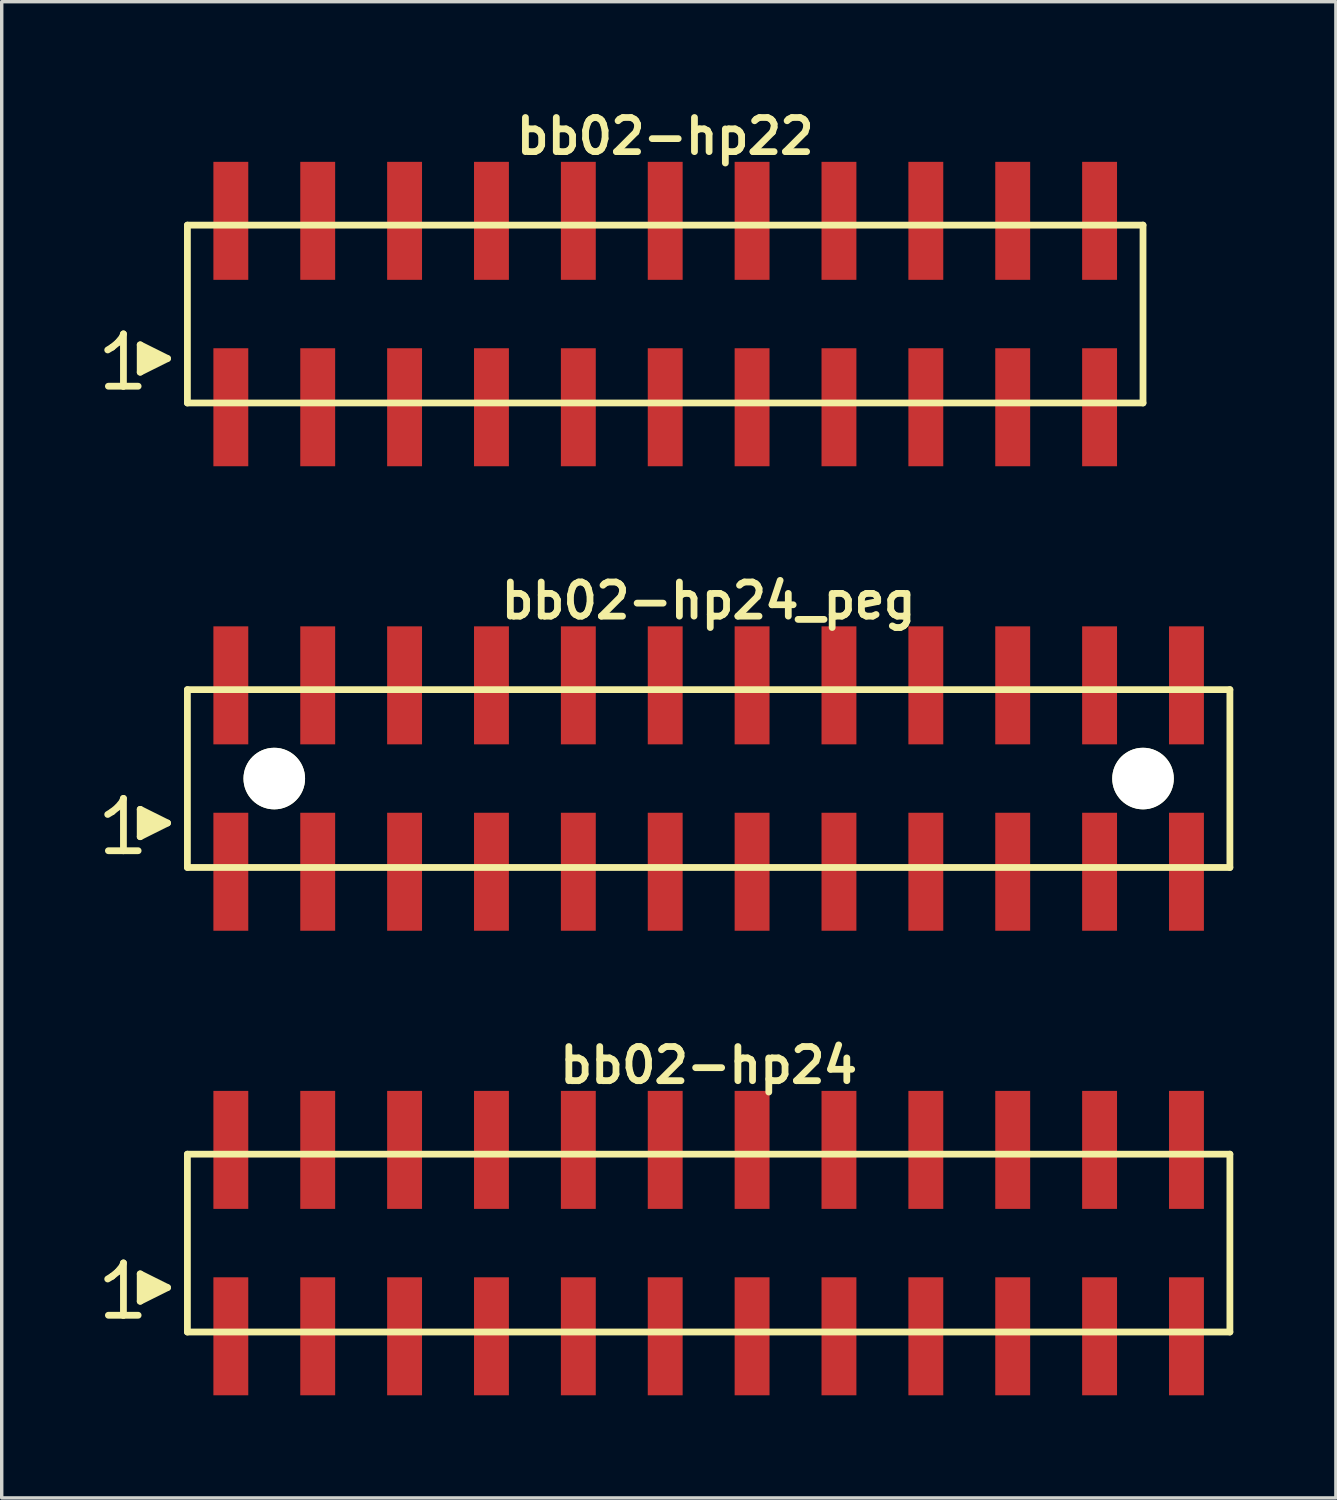
<source format=kicad_pcb>
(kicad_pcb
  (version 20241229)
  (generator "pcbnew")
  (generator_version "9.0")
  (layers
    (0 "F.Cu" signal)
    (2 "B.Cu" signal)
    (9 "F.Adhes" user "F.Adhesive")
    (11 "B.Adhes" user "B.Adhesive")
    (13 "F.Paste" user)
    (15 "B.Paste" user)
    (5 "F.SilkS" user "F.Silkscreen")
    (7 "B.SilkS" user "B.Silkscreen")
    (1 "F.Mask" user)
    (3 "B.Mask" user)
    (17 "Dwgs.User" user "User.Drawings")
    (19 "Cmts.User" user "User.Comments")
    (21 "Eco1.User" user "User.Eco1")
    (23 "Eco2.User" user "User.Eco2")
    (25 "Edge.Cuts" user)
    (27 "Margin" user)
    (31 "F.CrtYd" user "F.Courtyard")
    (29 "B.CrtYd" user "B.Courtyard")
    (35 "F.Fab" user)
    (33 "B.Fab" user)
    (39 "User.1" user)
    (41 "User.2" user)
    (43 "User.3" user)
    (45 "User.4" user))
  (footprint "bb02-hp24"
    (layer "F.Cu")
    (at 17.669 33.295)
    (property "Reference" "bb02-hp24" (at 0 -5.2 0) (layer "F.SilkS") (effects (font (size 0.998 0.998) (thickness 0.198))))
    (attr smd)
    (fp_line (start -17.57 1.05) (end -17.44 0.97) (stroke (width 0.198) (type solid)) (layer "F.SilkS"))
    (fp_line (start -17.44 0.97) (end -17.28 0.84) (stroke (width 0.198) (type solid)) (layer "F.SilkS"))
    (fp_line (start -17.28 0.84) (end -17.14 0.67) (stroke (width 0.198) (type solid)) (layer "F.SilkS"))
    (fp_line (start -17.14 0.67) (end -17.11 0.58) (stroke (width 0.198) (type solid)) (layer "F.SilkS"))
    (fp_line (start -17.11 0.58) (end -17.11 2.11) (stroke (width 0.198) (type solid)) (layer "F.SilkS"))
    (fp_line (start -17.11 2.11) (end -17.55 2.11) (stroke (width 0.198) (type solid)) (layer "F.SilkS"))
    (fp_line (start -16.68 2.11) (end -17.12 2.11) (stroke (width 0.198) (type solid)) (layer "F.SilkS"))
    (fp_line (start -16.62 0.9) (end -15.82 1.3) (stroke (width 0.198) (type solid)) (layer "F.SilkS"))
    (fp_line (start -16.62 1.7) (end -16.62 0.9) (stroke (width 0.198) (type solid)) (layer "F.SilkS"))
    (fp_line (start -16.52 1.6) (end -16.52 1) (stroke (width 0.198) (type solid)) (layer "F.SilkS"))
    (fp_line (start -16.42 1.1) (end -16.42 1.5) (stroke (width 0.198) (type solid)) (layer "F.SilkS"))
    (fp_line (start -16.32 1.5) (end -16.32 1.1) (stroke (width 0.198) (type solid)) (layer "F.SilkS"))
    (fp_line (start -16.22 1.2) (end -16.22 1.4) (stroke (width 0.198) (type solid)) (layer "F.SilkS"))
    (fp_line (start -16.12 1.4) (end -16.12 1.2) (stroke (width 0.198) (type solid)) (layer "F.SilkS"))
    (fp_line (start -15.82 1.3) (end -16.62 1.7) (stroke (width 0.198) (type solid)) (layer "F.SilkS"))
    (fp_line (start -15.24 -2.6) (end -15.24 2.6) (stroke (width 0.198) (type solid)) (layer "F.SilkS"))
    (fp_line (start -15.24 -2.6) (end 15.24 -2.6) (stroke (width 0.198) (type solid)) (layer "F.SilkS"))
    (fp_line (start 15.24 2.6) (end -15.24 2.6) (stroke (width 0.198) (type solid)) (layer "F.SilkS"))
    (fp_line (start 15.24 2.6) (end 15.24 -2.6) (stroke (width 0.198) (type solid)) (layer "F.SilkS"))
    (pad "1" smd rect (at -13.97 2.725) (size 1.02 3.45) (layers "F.Cu" "F.Mask" "F.Paste"))
    (pad "2" smd rect (at -13.97 -2.725) (size 1.02 3.45) (layers "F.Cu" "F.Mask" "F.Paste"))
    (pad "3" smd rect (at -11.43 2.725) (size 1.02 3.45) (layers "F.Cu" "F.Mask" "F.Paste"))
    (pad "4" smd rect (at -11.43 -2.725) (size 1.02 3.45) (layers "F.Cu" "F.Mask" "F.Paste"))
    (pad "5" smd rect (at -8.89 2.725) (size 1.02 3.45) (layers "F.Cu" "F.Mask" "F.Paste"))
    (pad "6" smd rect (at -8.89 -2.725) (size 1.02 3.45) (layers "F.Cu" "F.Mask" "F.Paste"))
    (pad "7" smd rect (at -6.35 2.725) (size 1.02 3.45) (layers "F.Cu" "F.Mask" "F.Paste"))
    (pad "8" smd rect (at -6.35 -2.725) (size 1.02 3.45) (layers "F.Cu" "F.Mask" "F.Paste"))
    (pad "9" smd rect (at -3.81 2.725) (size 1.02 3.45) (layers "F.Cu" "F.Mask" "F.Paste"))
    (pad "10" smd rect (at -3.81 -2.725) (size 1.02 3.45) (layers "F.Cu" "F.Mask" "F.Paste"))
    (pad "11" smd rect (at -1.27 2.725) (size 1.02 3.45) (layers "F.Cu" "F.Mask" "F.Paste"))
    (pad "12" smd rect (at -1.27 -2.725) (size 1.02 3.45) (layers "F.Cu" "F.Mask" "F.Paste"))
    (pad "13" smd rect (at 1.27 2.725) (size 1.02 3.45) (layers "F.Cu" "F.Mask" "F.Paste"))
    (pad "14" smd rect (at 1.27 -2.725) (size 1.02 3.45) (layers "F.Cu" "F.Mask" "F.Paste"))
    (pad "15" smd rect (at 3.81 2.725) (size 1.02 3.45) (layers "F.Cu" "F.Mask" "F.Paste"))
    (pad "16" smd rect (at 3.81 -2.725) (size 1.02 3.45) (layers "F.Cu" "F.Mask" "F.Paste"))
    (pad "17" smd rect (at 6.35 2.725) (size 1.02 3.45) (layers "F.Cu" "F.Mask" "F.Paste"))
    (pad "18" smd rect (at 6.35 -2.725) (size 1.02 3.45) (layers "F.Cu" "F.Mask" "F.Paste"))
    (pad "19" smd rect (at 8.89 2.725) (size 1.02 3.45) (layers "F.Cu" "F.Mask" "F.Paste"))
    (pad "20" smd rect (at 8.89 -2.725) (size 1.02 3.45) (layers "F.Cu" "F.Mask" "F.Paste"))
    (pad "21" smd rect (at 11.43 2.725) (size 1.02 3.45) (layers "F.Cu" "F.Mask" "F.Paste"))
    (pad "22" smd rect (at 11.43 -2.725) (size 1.02 3.45) (layers "F.Cu" "F.Mask" "F.Paste"))
    (pad "23" smd rect (at 13.97 2.725) (size 1.02 3.45) (layers "F.Cu" "F.Mask" "F.Paste"))
    (pad "24" smd rect (at 13.97 -2.725) (size 1.02 3.45) (layers "F.Cu" "F.Mask" "F.Paste")))
  (footprint "bb02-hp22"
    (layer "F.Cu")
    (at 16.399 6.132)
    (property "Reference" "bb02-hp22" (at 0 -5.2 0) (layer "F.SilkS") (effects (font (size 0.998 0.998) (thickness 0.198))))
    (attr smd)
    (fp_line (start -16.3 1.05) (end -16.17 0.97) (stroke (width 0.198) (type solid)) (layer "F.SilkS"))
    (fp_line (start -16.17 0.97) (end -16.01 0.84) (stroke (width 0.198) (type solid)) (layer "F.SilkS"))
    (fp_line (start -16.01 0.84) (end -15.87 0.67) (stroke (width 0.198) (type solid)) (layer "F.SilkS"))
    (fp_line (start -15.87 0.67) (end -15.84 0.58) (stroke (width 0.198) (type solid)) (layer "F.SilkS"))
    (fp_line (start -15.84 0.58) (end -15.84 2.11) (stroke (width 0.198) (type solid)) (layer "F.SilkS"))
    (fp_line (start -15.84 2.11) (end -16.28 2.11) (stroke (width 0.198) (type solid)) (layer "F.SilkS"))
    (fp_line (start -15.41 2.11) (end -15.85 2.11) (stroke (width 0.198) (type solid)) (layer "F.SilkS"))
    (fp_line (start -15.35 0.9) (end -14.55 1.3) (stroke (width 0.198) (type solid)) (layer "F.SilkS"))
    (fp_line (start -15.35 1.7) (end -15.35 0.9) (stroke (width 0.198) (type solid)) (layer "F.SilkS"))
    (fp_line (start -15.25 1.6) (end -15.25 1) (stroke (width 0.198) (type solid)) (layer "F.SilkS"))
    (fp_line (start -15.15 1.1) (end -15.15 1.5) (stroke (width 0.198) (type solid)) (layer "F.SilkS"))
    (fp_line (start -15.05 1.5) (end -15.05 1.1) (stroke (width 0.198) (type solid)) (layer "F.SilkS"))
    (fp_line (start -14.95 1.2) (end -14.95 1.4) (stroke (width 0.198) (type solid)) (layer "F.SilkS"))
    (fp_line (start -14.85 1.4) (end -14.85 1.2) (stroke (width 0.198) (type solid)) (layer "F.SilkS"))
    (fp_line (start -14.55 1.3) (end -15.35 1.7) (stroke (width 0.198) (type solid)) (layer "F.SilkS"))
    (fp_line (start -13.97 -2.6) (end -13.97 2.6) (stroke (width 0.198) (type solid)) (layer "F.SilkS"))
    (fp_line (start -13.97 -2.6) (end 13.97 -2.6) (stroke (width 0.198) (type solid)) (layer "F.SilkS"))
    (fp_line (start 13.97 2.6) (end -13.97 2.6) (stroke (width 0.198) (type solid)) (layer "F.SilkS"))
    (fp_line (start 13.97 2.6) (end 13.97 -2.6) (stroke (width 0.198) (type solid)) (layer "F.SilkS"))
    (pad "1" smd rect (at -12.7 2.725) (size 1.02 3.45) (layers "F.Cu" "F.Mask" "F.Paste"))
    (pad "2" smd rect (at -12.7 -2.725) (size 1.02 3.45) (layers "F.Cu" "F.Mask" "F.Paste"))
    (pad "3" smd rect (at -10.16 2.725) (size 1.02 3.45) (layers "F.Cu" "F.Mask" "F.Paste"))
    (pad "4" smd rect (at -10.16 -2.725) (size 1.02 3.45) (layers "F.Cu" "F.Mask" "F.Paste"))
    (pad "5" smd rect (at -7.62 2.725) (size 1.02 3.45) (layers "F.Cu" "F.Mask" "F.Paste"))
    (pad "6" smd rect (at -7.62 -2.725) (size 1.02 3.45) (layers "F.Cu" "F.Mask" "F.Paste"))
    (pad "7" smd rect (at -5.08 2.725) (size 1.02 3.45) (layers "F.Cu" "F.Mask" "F.Paste"))
    (pad "8" smd rect (at -5.08 -2.725) (size 1.02 3.45) (layers "F.Cu" "F.Mask" "F.Paste"))
    (pad "9" smd rect (at -2.54 2.725) (size 1.02 3.45) (layers "F.Cu" "F.Mask" "F.Paste"))
    (pad "10" smd rect (at -2.54 -2.725) (size 1.02 3.45) (layers "F.Cu" "F.Mask" "F.Paste"))
    (pad "11" smd rect (at 0 2.725) (size 1.02 3.45) (layers "F.Cu" "F.Mask" "F.Paste"))
    (pad "12" smd rect (at 0 -2.725) (size 1.02 3.45) (layers "F.Cu" "F.Mask" "F.Paste"))
    (pad "13" smd rect (at 2.54 2.725) (size 1.02 3.45) (layers "F.Cu" "F.Mask" "F.Paste"))
    (pad "14" smd rect (at 2.54 -2.725) (size 1.02 3.45) (layers "F.Cu" "F.Mask" "F.Paste"))
    (pad "15" smd rect (at 5.08 2.725) (size 1.02 3.45) (layers "F.Cu" "F.Mask" "F.Paste"))
    (pad "16" smd rect (at 5.08 -2.725) (size 1.02 3.45) (layers "F.Cu" "F.Mask" "F.Paste"))
    (pad "17" smd rect (at 7.62 2.725) (size 1.02 3.45) (layers "F.Cu" "F.Mask" "F.Paste"))
    (pad "18" smd rect (at 7.62 -2.725) (size 1.02 3.45) (layers "F.Cu" "F.Mask" "F.Paste"))
    (pad "19" smd rect (at 10.16 2.725) (size 1.02 3.45) (layers "F.Cu" "F.Mask" "F.Paste"))
    (pad "20" smd rect (at 10.16 -2.725) (size 1.02 3.45) (layers "F.Cu" "F.Mask" "F.Paste"))
    (pad "21" smd rect (at 12.7 2.725) (size 1.02 3.45) (layers "F.Cu" "F.Mask" "F.Paste"))
    (pad "22" smd rect (at 12.7 -2.725) (size 1.02 3.45) (layers "F.Cu" "F.Mask" "F.Paste")))
  (footprint "bb02-hp24_peg"
    (layer "F.Cu")
    (at 17.669 19.713)
    (property "Reference" "bb02-hp24_peg" (at 0 -5.2 0) (layer "F.SilkS") (effects (font (size 0.998 0.998) (thickness 0.198))))
    (attr smd)
    (fp_line (start -17.57 1.05) (end -17.44 0.97) (stroke (width 0.198) (type solid)) (layer "F.SilkS"))
    (fp_line (start -17.44 0.97) (end -17.28 0.84) (stroke (width 0.198) (type solid)) (layer "F.SilkS"))
    (fp_line (start -17.28 0.84) (end -17.14 0.67) (stroke (width 0.198) (type solid)) (layer "F.SilkS"))
    (fp_line (start -17.14 0.67) (end -17.11 0.58) (stroke (width 0.198) (type solid)) (layer "F.SilkS"))
    (fp_line (start -17.11 0.58) (end -17.11 2.11) (stroke (width 0.198) (type solid)) (layer "F.SilkS"))
    (fp_line (start -17.11 2.11) (end -17.55 2.11) (stroke (width 0.198) (type solid)) (layer "F.SilkS"))
    (fp_line (start -16.68 2.11) (end -17.12 2.11) (stroke (width 0.198) (type solid)) (layer "F.SilkS"))
    (fp_line (start -16.62 0.9) (end -15.82 1.3) (stroke (width 0.198) (type solid)) (layer "F.SilkS"))
    (fp_line (start -16.62 1.7) (end -16.62 0.9) (stroke (width 0.198) (type solid)) (layer "F.SilkS"))
    (fp_line (start -16.52 1.6) (end -16.52 1) (stroke (width 0.198) (type solid)) (layer "F.SilkS"))
    (fp_line (start -16.42 1.1) (end -16.42 1.5) (stroke (width 0.198) (type solid)) (layer "F.SilkS"))
    (fp_line (start -16.32 1.5) (end -16.32 1.1) (stroke (width 0.198) (type solid)) (layer "F.SilkS"))
    (fp_line (start -16.22 1.2) (end -16.22 1.4) (stroke (width 0.198) (type solid)) (layer "F.SilkS"))
    (fp_line (start -16.12 1.4) (end -16.12 1.2) (stroke (width 0.198) (type solid)) (layer "F.SilkS"))
    (fp_line (start -15.82 1.3) (end -16.62 1.7) (stroke (width 0.198) (type solid)) (layer "F.SilkS"))
    (fp_line (start -15.24 -2.6) (end -15.24 2.6) (stroke (width 0.198) (type solid)) (layer "F.SilkS"))
    (fp_line (start -15.24 -2.6) (end 15.24 -2.6) (stroke (width 0.198) (type solid)) (layer "F.SilkS"))
    (fp_line (start 15.24 2.6) (end -15.24 2.6) (stroke (width 0.198) (type solid)) (layer "F.SilkS"))
    (fp_line (start 15.24 2.6) (end 15.24 -2.6) (stroke (width 0.198) (type solid)) (layer "F.SilkS"))
    (pad "" np_thru_hole circle (at -12.7 0) (size 1.8 1.8) (drill 1.8) (layers "*.Cu" "*.Mask" "F.SilkS"))
    (pad "" np_thru_hole circle (at 12.7 0) (size 1.8 1.8) (drill 1.8) (layers "*.Cu" "*.Mask" "F.SilkS"))
    (pad "1" smd rect (at -13.97 2.725) (size 1.02 3.45) (layers "F.Cu" "F.Mask" "F.Paste"))
    (pad "2" smd rect (at -13.97 -2.725) (size 1.02 3.45) (layers "F.Cu" "F.Mask" "F.Paste"))
    (pad "3" smd rect (at -11.43 2.725) (size 1.02 3.45) (layers "F.Cu" "F.Mask" "F.Paste"))
    (pad "4" smd rect (at -11.43 -2.725) (size 1.02 3.45) (layers "F.Cu" "F.Mask" "F.Paste"))
    (pad "5" smd rect (at -8.89 2.725) (size 1.02 3.45) (layers "F.Cu" "F.Mask" "F.Paste"))
    (pad "6" smd rect (at -8.89 -2.725) (size 1.02 3.45) (layers "F.Cu" "F.Mask" "F.Paste"))
    (pad "7" smd rect (at -6.35 2.725) (size 1.02 3.45) (layers "F.Cu" "F.Mask" "F.Paste"))
    (pad "8" smd rect (at -6.35 -2.725) (size 1.02 3.45) (layers "F.Cu" "F.Mask" "F.Paste"))
    (pad "9" smd rect (at -3.81 2.725) (size 1.02 3.45) (layers "F.Cu" "F.Mask" "F.Paste"))
    (pad "10" smd rect (at -3.81 -2.725) (size 1.02 3.45) (layers "F.Cu" "F.Mask" "F.Paste"))
    (pad "11" smd rect (at -1.27 2.725) (size 1.02 3.45) (layers "F.Cu" "F.Mask" "F.Paste"))
    (pad "12" smd rect (at -1.27 -2.725) (size 1.02 3.45) (layers "F.Cu" "F.Mask" "F.Paste"))
    (pad "13" smd rect (at 1.27 2.725) (size 1.02 3.45) (layers "F.Cu" "F.Mask" "F.Paste"))
    (pad "14" smd rect (at 1.27 -2.725) (size 1.02 3.45) (layers "F.Cu" "F.Mask" "F.Paste"))
    (pad "15" smd rect (at 3.81 2.725) (size 1.02 3.45) (layers "F.Cu" "F.Mask" "F.Paste"))
    (pad "16" smd rect (at 3.81 -2.725) (size 1.02 3.45) (layers "F.Cu" "F.Mask" "F.Paste"))
    (pad "17" smd rect (at 6.35 2.725) (size 1.02 3.45) (layers "F.Cu" "F.Mask" "F.Paste"))
    (pad "18" smd rect (at 6.35 -2.725) (size 1.02 3.45) (layers "F.Cu" "F.Mask" "F.Paste"))
    (pad "19" smd rect (at 8.89 2.725) (size 1.02 3.45) (layers "F.Cu" "F.Mask" "F.Paste"))
    (pad "20" smd rect (at 8.89 -2.725) (size 1.02 3.45) (layers "F.Cu" "F.Mask" "F.Paste"))
    (pad "21" smd rect (at 11.43 2.725) (size 1.02 3.45) (layers "F.Cu" "F.Mask" "F.Paste"))
    (pad "22" smd rect (at 11.43 -2.725) (size 1.02 3.45) (layers "F.Cu" "F.Mask" "F.Paste"))
    (pad "23" smd rect (at 13.97 2.725) (size 1.02 3.45) (layers "F.Cu" "F.Mask" "F.Paste"))
    (pad "24" smd rect (at 13.97 -2.725) (size 1.02 3.45) (layers "F.Cu" "F.Mask" "F.Paste")))
  (gr_rect
    (start -3 -3)
    (end 36.008 40.745)
    (stroke (width 0.1) (type default))
    (fill no)
    (layer "Edge.Cuts")))
</source>
